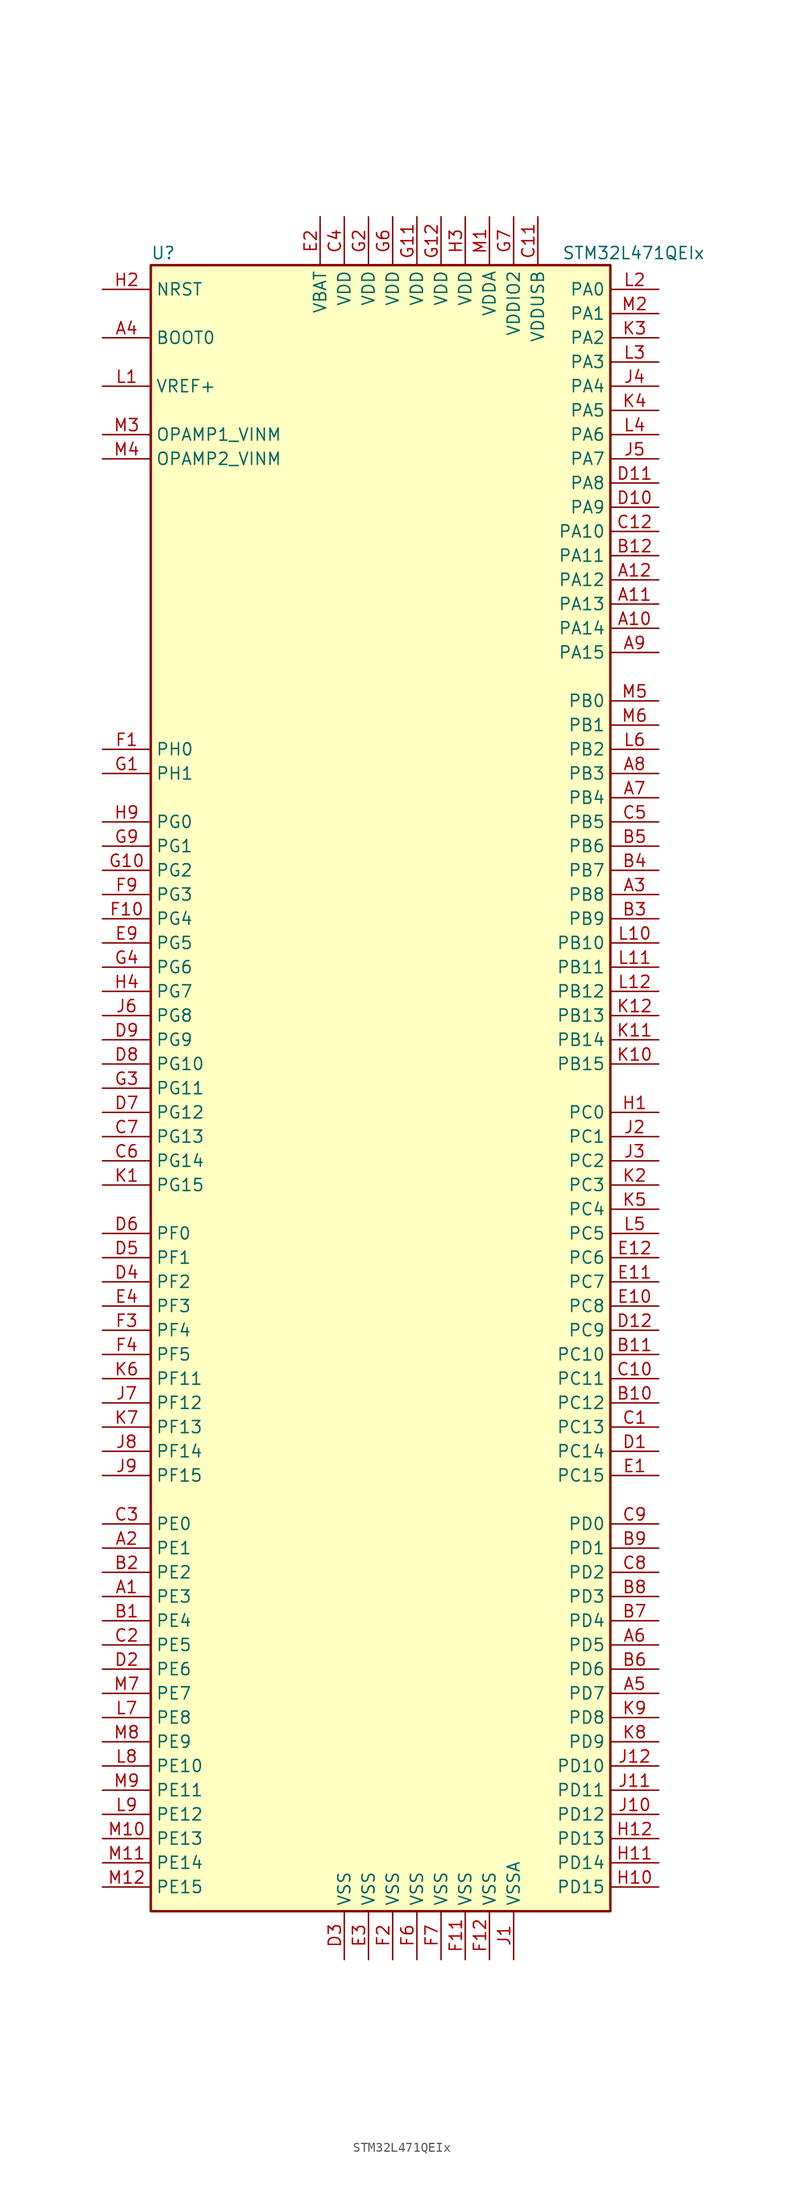
<source format=kicad_sym>
(kicad_symbol_lib
  (version 20211014)
  (generator kicad_symbol_editor)
  (symbol "STM32L471QEIx"
    (property "Reference" "U"
      (at -25.4 87.63 0)
      (effects (font (size 1.27 1.27)) (justify left)))
    (property "Value" "STM32L471QEIx"
      (at 17.78 87.63 0)
      (effects (font (size 1.27 1.27)) (justify left)))
    (symbol "STM32L471QEIx_0_1"
      (rectangle (start -25.4 -86.36) (end 22.86 86.36) (stroke (width 0.254) (type default) (color 0 0 0 0)) (fill (type background))))
    (symbol "STM32L471QEIx_1_1"
      (pin bidirectional line (at -30.48 -53.34 0) (length 5.08) (name "PE3" (effects (font (size 1.27 1.27)))) (number "A1" (effects (font (size 1.27 1.27)))))
      (pin bidirectional line (at 27.94 48.26 180) (length 5.08) (name "PA14" (effects (font (size 1.27 1.27)))) (number "A10" (effects (font (size 1.27 1.27)))))
      (pin bidirectional line (at 27.94 50.8 180) (length 5.08) (name "PA13" (effects (font (size 1.27 1.27)))) (number "A11" (effects (font (size 1.27 1.27)))))
      (pin bidirectional line (at 27.94 53.34 180) (length 5.08) (name "PA12" (effects (font (size 1.27 1.27)))) (number "A12" (effects (font (size 1.27 1.27)))))
      (pin bidirectional line (at -30.48 -48.26 0) (length 5.08) (name "PE1" (effects (font (size 1.27 1.27)))) (number "A2" (effects (font (size 1.27 1.27)))))
      (pin bidirectional line (at 27.94 20.32 180) (length 5.08) (name "PB8" (effects (font (size 1.27 1.27)))) (number "A3" (effects (font (size 1.27 1.27)))))
      (pin input line (at -30.48 78.74 0) (length 5.08) (name "BOOT0" (effects (font (size 1.27 1.27)))) (number "A4" (effects (font (size 1.27 1.27)))))
      (pin bidirectional line (at 27.94 -63.5 180) (length 5.08) (name "PD7" (effects (font (size 1.27 1.27)))) (number "A5" (effects (font (size 1.27 1.27)))))
      (pin bidirectional line (at 27.94 -58.42 180) (length 5.08) (name "PD5" (effects (font (size 1.27 1.27)))) (number "A6" (effects (font (size 1.27 1.27)))))
      (pin bidirectional line (at 27.94 30.48 180) (length 5.08) (name "PB4" (effects (font (size 1.27 1.27)))) (number "A7" (effects (font (size 1.27 1.27)))))
      (pin bidirectional line (at 27.94 33.02 180) (length 5.08) (name "PB3" (effects (font (size 1.27 1.27)))) (number "A8" (effects (font (size 1.27 1.27)))))
      (pin bidirectional line (at 27.94 45.72 180) (length 5.08) (name "PA15" (effects (font (size 1.27 1.27)))) (number "A9" (effects (font (size 1.27 1.27)))))
      (pin bidirectional line (at -30.48 -55.88 0) (length 5.08) (name "PE4" (effects (font (size 1.27 1.27)))) (number "B1" (effects (font (size 1.27 1.27)))))
      (pin bidirectional line (at 27.94 -33.02 180) (length 5.08) (name "PC12" (effects (font (size 1.27 1.27)))) (number "B10" (effects (font (size 1.27 1.27)))))
      (pin bidirectional line (at 27.94 -27.94 180) (length 5.08) (name "PC10" (effects (font (size 1.27 1.27)))) (number "B11" (effects (font (size 1.27 1.27)))))
      (pin bidirectional line (at 27.94 55.88 180) (length 5.08) (name "PA11" (effects (font (size 1.27 1.27)))) (number "B12" (effects (font (size 1.27 1.27)))))
      (pin bidirectional line (at -30.48 -50.8 0) (length 5.08) (name "PE2" (effects (font (size 1.27 1.27)))) (number "B2" (effects (font (size 1.27 1.27)))))
      (pin bidirectional line (at 27.94 17.78 180) (length 5.08) (name "PB9" (effects (font (size 1.27 1.27)))) (number "B3" (effects (font (size 1.27 1.27)))))
      (pin bidirectional line (at 27.94 22.86 180) (length 5.08) (name "PB7" (effects (font (size 1.27 1.27)))) (number "B4" (effects (font (size 1.27 1.27)))))
      (pin bidirectional line (at 27.94 25.4 180) (length 5.08) (name "PB6" (effects (font (size 1.27 1.27)))) (number "B5" (effects (font (size 1.27 1.27)))))
      (pin bidirectional line (at 27.94 -60.96 180) (length 5.08) (name "PD6" (effects (font (size 1.27 1.27)))) (number "B6" (effects (font (size 1.27 1.27)))))
      (pin bidirectional line (at 27.94 -55.88 180) (length 5.08) (name "PD4" (effects (font (size 1.27 1.27)))) (number "B7" (effects (font (size 1.27 1.27)))))
      (pin bidirectional line (at 27.94 -53.34 180) (length 5.08) (name "PD3" (effects (font (size 1.27 1.27)))) (number "B8" (effects (font (size 1.27 1.27)))))
      (pin bidirectional line (at 27.94 -48.26 180) (length 5.08) (name "PD1" (effects (font (size 1.27 1.27)))) (number "B9" (effects (font (size 1.27 1.27)))))
      (pin bidirectional line (at 27.94 -35.56 180) (length 5.08) (name "PC13" (effects (font (size 1.27 1.27)))) (number "C1" (effects (font (size 1.27 1.27)))))
      (pin bidirectional line (at 27.94 -30.48 180) (length 5.08) (name "PC11" (effects (font (size 1.27 1.27)))) (number "C10" (effects (font (size 1.27 1.27)))))
      (pin power_in line (at 15.24 91.44 270) (length 5.08) (name "VDDUSB" (effects (font (size 1.27 1.27)))) (number "C11" (effects (font (size 1.27 1.27)))))
      (pin bidirectional line (at 27.94 58.42 180) (length 5.08) (name "PA10" (effects (font (size 1.27 1.27)))) (number "C12" (effects (font (size 1.27 1.27)))))
      (pin bidirectional line (at -30.48 -58.42 0) (length 5.08) (name "PE5" (effects (font (size 1.27 1.27)))) (number "C2" (effects (font (size 1.27 1.27)))))
      (pin bidirectional line (at -30.48 -45.72 0) (length 5.08) (name "PE0" (effects (font (size 1.27 1.27)))) (number "C3" (effects (font (size 1.27 1.27)))))
      (pin power_in line (at -5.08 91.44 270) (length 5.08) (name "VDD" (effects (font (size 1.27 1.27)))) (number "C4" (effects (font (size 1.27 1.27)))))
      (pin bidirectional line (at 27.94 27.94 180) (length 5.08) (name "PB5" (effects (font (size 1.27 1.27)))) (number "C5" (effects (font (size 1.27 1.27)))))
      (pin bidirectional line (at -30.48 -7.62 0) (length 5.08) (name "PG14" (effects (font (size 1.27 1.27)))) (number "C6" (effects (font (size 1.27 1.27)))))
      (pin bidirectional line (at -30.48 -5.08 0) (length 5.08) (name "PG13" (effects (font (size 1.27 1.27)))) (number "C7" (effects (font (size 1.27 1.27)))))
      (pin bidirectional line (at 27.94 -50.8 180) (length 5.08) (name "PD2" (effects (font (size 1.27 1.27)))) (number "C8" (effects (font (size 1.27 1.27)))))
      (pin bidirectional line (at 27.94 -45.72 180) (length 5.08) (name "PD0" (effects (font (size 1.27 1.27)))) (number "C9" (effects (font (size 1.27 1.27)))))
      (pin bidirectional line (at 27.94 -38.1 180) (length 5.08) (name "PC14" (effects (font (size 1.27 1.27)))) (number "D1" (effects (font (size 1.27 1.27)))))
      (pin bidirectional line (at 27.94 60.96 180) (length 5.08) (name "PA9" (effects (font (size 1.27 1.27)))) (number "D10" (effects (font (size 1.27 1.27)))))
      (pin bidirectional line (at 27.94 63.5 180) (length 5.08) (name "PA8" (effects (font (size 1.27 1.27)))) (number "D11" (effects (font (size 1.27 1.27)))))
      (pin bidirectional line (at 27.94 -25.4 180) (length 5.08) (name "PC9" (effects (font (size 1.27 1.27)))) (number "D12" (effects (font (size 1.27 1.27)))))
      (pin bidirectional line (at -30.48 -60.96 0) (length 5.08) (name "PE6" (effects (font (size 1.27 1.27)))) (number "D2" (effects (font (size 1.27 1.27)))))
      (pin power_in line (at -5.08 -91.44 90) (length 5.08) (name "VSS" (effects (font (size 1.27 1.27)))) (number "D3" (effects (font (size 1.27 1.27)))))
      (pin bidirectional line (at -30.48 -20.32 0) (length 5.08) (name "PF2" (effects (font (size 1.27 1.27)))) (number "D4" (effects (font (size 1.27 1.27)))))
      (pin bidirectional line (at -30.48 -17.78 0) (length 5.08) (name "PF1" (effects (font (size 1.27 1.27)))) (number "D5" (effects (font (size 1.27 1.27)))))
      (pin bidirectional line (at -30.48 -15.24 0) (length 5.08) (name "PF0" (effects (font (size 1.27 1.27)))) (number "D6" (effects (font (size 1.27 1.27)))))
      (pin bidirectional line (at -30.48 -2.54 0) (length 5.08) (name "PG12" (effects (font (size 1.27 1.27)))) (number "D7" (effects (font (size 1.27 1.27)))))
      (pin bidirectional line (at -30.48 2.54 0) (length 5.08) (name "PG10" (effects (font (size 1.27 1.27)))) (number "D8" (effects (font (size 1.27 1.27)))))
      (pin bidirectional line (at -30.48 5.08 0) (length 5.08) (name "PG9" (effects (font (size 1.27 1.27)))) (number "D9" (effects (font (size 1.27 1.27)))))
      (pin bidirectional line (at 27.94 -40.64 180) (length 5.08) (name "PC15" (effects (font (size 1.27 1.27)))) (number "E1" (effects (font (size 1.27 1.27)))))
      (pin bidirectional line (at 27.94 -22.86 180) (length 5.08) (name "PC8" (effects (font (size 1.27 1.27)))) (number "E10" (effects (font (size 1.27 1.27)))))
      (pin bidirectional line (at 27.94 -20.32 180) (length 5.08) (name "PC7" (effects (font (size 1.27 1.27)))) (number "E11" (effects (font (size 1.27 1.27)))))
      (pin bidirectional line (at 27.94 -17.78 180) (length 5.08) (name "PC6" (effects (font (size 1.27 1.27)))) (number "E12" (effects (font (size 1.27 1.27)))))
      (pin power_in line (at -7.62 91.44 270) (length 5.08) (name "VBAT" (effects (font (size 1.27 1.27)))) (number "E2" (effects (font (size 1.27 1.27)))))
      (pin power_in line (at -2.54 -91.44 90) (length 5.08) (name "VSS" (effects (font (size 1.27 1.27)))) (number "E3" (effects (font (size 1.27 1.27)))))
      (pin bidirectional line (at -30.48 -22.86 0) (length 5.08) (name "PF3" (effects (font (size 1.27 1.27)))) (number "E4" (effects (font (size 1.27 1.27)))))
      (pin bidirectional line (at -30.48 15.24 0) (length 5.08) (name "PG5" (effects (font (size 1.27 1.27)))) (number "E9" (effects (font (size 1.27 1.27)))))
      (pin input line (at -30.48 35.56 0) (length 5.08) (name "PH0" (effects (font (size 1.27 1.27)))) (number "F1" (effects (font (size 1.27 1.27)))))
      (pin bidirectional line (at -30.48 17.78 0) (length 5.08) (name "PG4" (effects (font (size 1.27 1.27)))) (number "F10" (effects (font (size 1.27 1.27)))))
      (pin power_in line (at 7.62 -91.44 90) (length 5.08) (name "VSS" (effects (font (size 1.27 1.27)))) (number "F11" (effects (font (size 1.27 1.27)))))
      (pin power_in line (at 10.16 -91.44 90) (length 5.08) (name "VSS" (effects (font (size 1.27 1.27)))) (number "F12" (effects (font (size 1.27 1.27)))))
      (pin power_in line (at 0 -91.44 90) (length 5.08) (name "VSS" (effects (font (size 1.27 1.27)))) (number "F2" (effects (font (size 1.27 1.27)))))
      (pin bidirectional line (at -30.48 -25.4 0) (length 5.08) (name "PF4" (effects (font (size 1.27 1.27)))) (number "F3" (effects (font (size 1.27 1.27)))))
      (pin bidirectional line (at -30.48 -27.94 0) (length 5.08) (name "PF5" (effects (font (size 1.27 1.27)))) (number "F4" (effects (font (size 1.27 1.27)))))
      (pin power_in line (at 2.54 -91.44 90) (length 5.08) (name "VSS" (effects (font (size 1.27 1.27)))) (number "F6" (effects (font (size 1.27 1.27)))))
      (pin power_in line (at 5.08 -91.44 90) (length 5.08) (name "VSS" (effects (font (size 1.27 1.27)))) (number "F7" (effects (font (size 1.27 1.27)))))
      (pin bidirectional line (at -30.48 20.32 0) (length 5.08) (name "PG3" (effects (font (size 1.27 1.27)))) (number "F9" (effects (font (size 1.27 1.27)))))
      (pin input line (at -30.48 33.02 0) (length 5.08) (name "PH1" (effects (font (size 1.27 1.27)))) (number "G1" (effects (font (size 1.27 1.27)))))
      (pin bidirectional line (at -30.48 22.86 0) (length 5.08) (name "PG2" (effects (font (size 1.27 1.27)))) (number "G10" (effects (font (size 1.27 1.27)))))
      (pin power_in line (at 2.54 91.44 270) (length 5.08) (name "VDD" (effects (font (size 1.27 1.27)))) (number "G11" (effects (font (size 1.27 1.27)))))
      (pin power_in line (at 5.08 91.44 270) (length 5.08) (name "VDD" (effects (font (size 1.27 1.27)))) (number "G12" (effects (font (size 1.27 1.27)))))
      (pin power_in line (at -2.54 91.44 270) (length 5.08) (name "VDD" (effects (font (size 1.27 1.27)))) (number "G2" (effects (font (size 1.27 1.27)))))
      (pin bidirectional line (at -30.48 0 0) (length 5.08) (name "PG11" (effects (font (size 1.27 1.27)))) (number "G3" (effects (font (size 1.27 1.27)))))
      (pin bidirectional line (at -30.48 12.7 0) (length 5.08) (name "PG6" (effects (font (size 1.27 1.27)))) (number "G4" (effects (font (size 1.27 1.27)))))
      (pin power_in line (at 0 91.44 270) (length 5.08) (name "VDD" (effects (font (size 1.27 1.27)))) (number "G6" (effects (font (size 1.27 1.27)))))
      (pin power_in line (at 12.7 91.44 270) (length 5.08) (name "VDDIO2" (effects (font (size 1.27 1.27)))) (number "G7" (effects (font (size 1.27 1.27)))))
      (pin bidirectional line (at -30.48 25.4 0) (length 5.08) (name "PG1" (effects (font (size 1.27 1.27)))) (number "G9" (effects (font (size 1.27 1.27)))))
      (pin bidirectional line (at 27.94 -2.54 180) (length 5.08) (name "PC0" (effects (font (size 1.27 1.27)))) (number "H1" (effects (font (size 1.27 1.27)))))
      (pin bidirectional line (at 27.94 -83.82 180) (length 5.08) (name "PD15" (effects (font (size 1.27 1.27)))) (number "H10" (effects (font (size 1.27 1.27)))))
      (pin bidirectional line (at 27.94 -81.28 180) (length 5.08) (name "PD14" (effects (font (size 1.27 1.27)))) (number "H11" (effects (font (size 1.27 1.27)))))
      (pin bidirectional line (at 27.94 -78.74 180) (length 5.08) (name "PD13" (effects (font (size 1.27 1.27)))) (number "H12" (effects (font (size 1.27 1.27)))))
      (pin input line (at -30.48 83.82 0) (length 5.08) (name "NRST" (effects (font (size 1.27 1.27)))) (number "H2" (effects (font (size 1.27 1.27)))))
      (pin power_in line (at 7.62 91.44 270) (length 5.08) (name "VDD" (effects (font (size 1.27 1.27)))) (number "H3" (effects (font (size 1.27 1.27)))))
      (pin bidirectional line (at -30.48 10.16 0) (length 5.08) (name "PG7" (effects (font (size 1.27 1.27)))) (number "H4" (effects (font (size 1.27 1.27)))))
      (pin bidirectional line (at -30.48 27.94 0) (length 5.08) (name "PG0" (effects (font (size 1.27 1.27)))) (number "H9" (effects (font (size 1.27 1.27)))))
      (pin power_in line (at 12.7 -91.44 90) (length 5.08) (name "VSSA" (effects (font (size 1.27 1.27)))) (number "J1" (effects (font (size 1.27 1.27)))))
      (pin bidirectional line (at 27.94 -76.2 180) (length 5.08) (name "PD12" (effects (font (size 1.27 1.27)))) (number "J10" (effects (font (size 1.27 1.27)))))
      (pin bidirectional line (at 27.94 -73.66 180) (length 5.08) (name "PD11" (effects (font (size 1.27 1.27)))) (number "J11" (effects (font (size 1.27 1.27)))))
      (pin bidirectional line (at 27.94 -71.12 180) (length 5.08) (name "PD10" (effects (font (size 1.27 1.27)))) (number "J12" (effects (font (size 1.27 1.27)))))
      (pin bidirectional line (at 27.94 -5.08 180) (length 5.08) (name "PC1" (effects (font (size 1.27 1.27)))) (number "J2" (effects (font (size 1.27 1.27)))))
      (pin bidirectional line (at 27.94 -7.62 180) (length 5.08) (name "PC2" (effects (font (size 1.27 1.27)))) (number "J3" (effects (font (size 1.27 1.27)))))
      (pin bidirectional line (at 27.94 73.66 180) (length 5.08) (name "PA4" (effects (font (size 1.27 1.27)))) (number "J4" (effects (font (size 1.27 1.27)))))
      (pin bidirectional line (at 27.94 66.04 180) (length 5.08) (name "PA7" (effects (font (size 1.27 1.27)))) (number "J5" (effects (font (size 1.27 1.27)))))
      (pin bidirectional line (at -30.48 7.62 0) (length 5.08) (name "PG8" (effects (font (size 1.27 1.27)))) (number "J6" (effects (font (size 1.27 1.27)))))
      (pin bidirectional line (at -30.48 -33.02 0) (length 5.08) (name "PF12" (effects (font (size 1.27 1.27)))) (number "J7" (effects (font (size 1.27 1.27)))))
      (pin bidirectional line (at -30.48 -38.1 0) (length 5.08) (name "PF14" (effects (font (size 1.27 1.27)))) (number "J8" (effects (font (size 1.27 1.27)))))
      (pin bidirectional line (at -30.48 -40.64 0) (length 5.08) (name "PF15" (effects (font (size 1.27 1.27)))) (number "J9" (effects (font (size 1.27 1.27)))))
      (pin bidirectional line (at -30.48 -10.16 0) (length 5.08) (name "PG15" (effects (font (size 1.27 1.27)))) (number "K1" (effects (font (size 1.27 1.27)))))
      (pin bidirectional line (at 27.94 2.54 180) (length 5.08) (name "PB15" (effects (font (size 1.27 1.27)))) (number "K10" (effects (font (size 1.27 1.27)))))
      (pin bidirectional line (at 27.94 5.08 180) (length 5.08) (name "PB14" (effects (font (size 1.27 1.27)))) (number "K11" (effects (font (size 1.27 1.27)))))
      (pin bidirectional line (at 27.94 7.62 180) (length 5.08) (name "PB13" (effects (font (size 1.27 1.27)))) (number "K12" (effects (font (size 1.27 1.27)))))
      (pin bidirectional line (at 27.94 -10.16 180) (length 5.08) (name "PC3" (effects (font (size 1.27 1.27)))) (number "K2" (effects (font (size 1.27 1.27)))))
      (pin bidirectional line (at 27.94 78.74 180) (length 5.08) (name "PA2" (effects (font (size 1.27 1.27)))) (number "K3" (effects (font (size 1.27 1.27)))))
      (pin bidirectional line (at 27.94 71.12 180) (length 5.08) (name "PA5" (effects (font (size 1.27 1.27)))) (number "K4" (effects (font (size 1.27 1.27)))))
      (pin bidirectional line (at 27.94 -12.7 180) (length 5.08) (name "PC4" (effects (font (size 1.27 1.27)))) (number "K5" (effects (font (size 1.27 1.27)))))
      (pin bidirectional line (at -30.48 -30.48 0) (length 5.08) (name "PF11" (effects (font (size 1.27 1.27)))) (number "K6" (effects (font (size 1.27 1.27)))))
      (pin bidirectional line (at -30.48 -35.56 0) (length 5.08) (name "PF13" (effects (font (size 1.27 1.27)))) (number "K7" (effects (font (size 1.27 1.27)))))
      (pin bidirectional line (at 27.94 -68.58 180) (length 5.08) (name "PD9" (effects (font (size 1.27 1.27)))) (number "K8" (effects (font (size 1.27 1.27)))))
      (pin bidirectional line (at 27.94 -66.04 180) (length 5.08) (name "PD8" (effects (font (size 1.27 1.27)))) (number "K9" (effects (font (size 1.27 1.27)))))
      (pin bidirectional line (at -30.48 73.66 0) (length 5.08) (name "VREF+" (effects (font (size 1.27 1.27)))) (number "L1" (effects (font (size 1.27 1.27)))))
      (pin bidirectional line (at 27.94 15.24 180) (length 5.08) (name "PB10" (effects (font (size 1.27 1.27)))) (number "L10" (effects (font (size 1.27 1.27)))))
      (pin bidirectional line (at 27.94 12.7 180) (length 5.08) (name "PB11" (effects (font (size 1.27 1.27)))) (number "L11" (effects (font (size 1.27 1.27)))))
      (pin bidirectional line (at 27.94 10.16 180) (length 5.08) (name "PB12" (effects (font (size 1.27 1.27)))) (number "L12" (effects (font (size 1.27 1.27)))))
      (pin bidirectional line (at 27.94 83.82 180) (length 5.08) (name "PA0" (effects (font (size 1.27 1.27)))) (number "L2" (effects (font (size 1.27 1.27)))))
      (pin bidirectional line (at 27.94 76.2 180) (length 5.08) (name "PA3" (effects (font (size 1.27 1.27)))) (number "L3" (effects (font (size 1.27 1.27)))))
      (pin bidirectional line (at 27.94 68.58 180) (length 5.08) (name "PA6" (effects (font (size 1.27 1.27)))) (number "L4" (effects (font (size 1.27 1.27)))))
      (pin bidirectional line (at 27.94 -15.24 180) (length 5.08) (name "PC5" (effects (font (size 1.27 1.27)))) (number "L5" (effects (font (size 1.27 1.27)))))
      (pin bidirectional line (at 27.94 35.56 180) (length 5.08) (name "PB2" (effects (font (size 1.27 1.27)))) (number "L6" (effects (font (size 1.27 1.27)))))
      (pin bidirectional line (at -30.48 -66.04 0) (length 5.08) (name "PE8" (effects (font (size 1.27 1.27)))) (number "L7" (effects (font (size 1.27 1.27)))))
      (pin bidirectional line (at -30.48 -71.12 0) (length 5.08) (name "PE10" (effects (font (size 1.27 1.27)))) (number "L8" (effects (font (size 1.27 1.27)))))
      (pin bidirectional line (at -30.48 -76.2 0) (length 5.08) (name "PE12" (effects (font (size 1.27 1.27)))) (number "L9" (effects (font (size 1.27 1.27)))))
      (pin power_in line (at 10.16 91.44 270) (length 5.08) (name "VDDA" (effects (font (size 1.27 1.27)))) (number "M1" (effects (font (size 1.27 1.27)))))
      (pin bidirectional line (at -30.48 -78.74 0) (length 5.08) (name "PE13" (effects (font (size 1.27 1.27)))) (number "M10" (effects (font (size 1.27 1.27)))))
      (pin bidirectional line (at -30.48 -81.28 0) (length 5.08) (name "PE14" (effects (font (size 1.27 1.27)))) (number "M11" (effects (font (size 1.27 1.27)))))
      (pin bidirectional line (at -30.48 -83.82 0) (length 5.08) (name "PE15" (effects (font (size 1.27 1.27)))) (number "M12" (effects (font (size 1.27 1.27)))))
      (pin bidirectional line (at 27.94 81.28 180) (length 5.08) (name "PA1" (effects (font (size 1.27 1.27)))) (number "M2" (effects (font (size 1.27 1.27)))))
      (pin bidirectional line (at -30.48 68.58 0) (length 5.08) (name "OPAMP1_VINM" (effects (font (size 1.27 1.27)))) (number "M3" (effects (font (size 1.27 1.27)))))
      (pin bidirectional line (at -30.48 66.04 0) (length 5.08) (name "OPAMP2_VINM" (effects (font (size 1.27 1.27)))) (number "M4" (effects (font (size 1.27 1.27)))))
      (pin bidirectional line (at 27.94 40.64 180) (length 5.08) (name "PB0" (effects (font (size 1.27 1.27)))) (number "M5" (effects (font (size 1.27 1.27)))))
      (pin bidirectional line (at 27.94 38.1 180) (length 5.08) (name "PB1" (effects (font (size 1.27 1.27)))) (number "M6" (effects (font (size 1.27 1.27)))))
      (pin bidirectional line (at -30.48 -63.5 0) (length 5.08) (name "PE7" (effects (font (size 1.27 1.27)))) (number "M7" (effects (font (size 1.27 1.27)))))
      (pin bidirectional line (at -30.48 -68.58 0) (length 5.08) (name "PE9" (effects (font (size 1.27 1.27)))) (number "M8" (effects (font (size 1.27 1.27)))))
      (pin bidirectional line (at -30.48 -73.66 0) (length 5.08) (name "PE11" (effects (font (size 1.27 1.27)))) (number "M9" (effects (font (size 1.27 1.27))))))))
</source>
